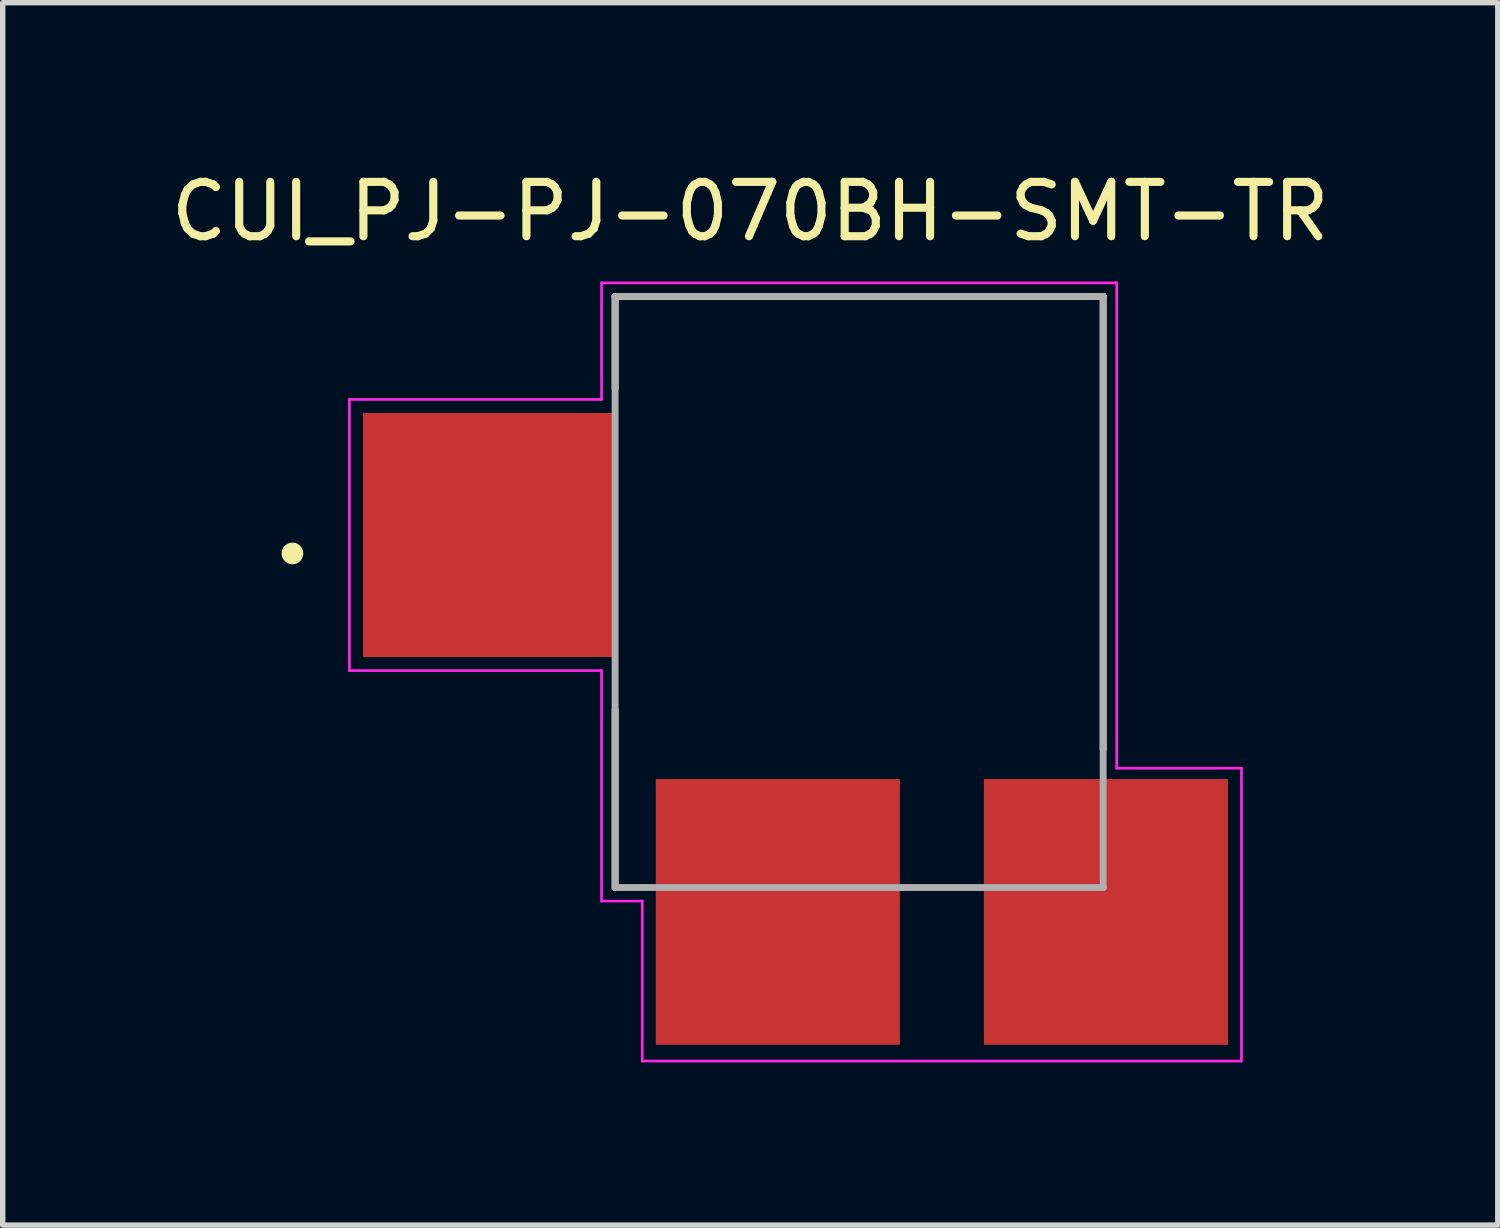
<source format=kicad_pcb>
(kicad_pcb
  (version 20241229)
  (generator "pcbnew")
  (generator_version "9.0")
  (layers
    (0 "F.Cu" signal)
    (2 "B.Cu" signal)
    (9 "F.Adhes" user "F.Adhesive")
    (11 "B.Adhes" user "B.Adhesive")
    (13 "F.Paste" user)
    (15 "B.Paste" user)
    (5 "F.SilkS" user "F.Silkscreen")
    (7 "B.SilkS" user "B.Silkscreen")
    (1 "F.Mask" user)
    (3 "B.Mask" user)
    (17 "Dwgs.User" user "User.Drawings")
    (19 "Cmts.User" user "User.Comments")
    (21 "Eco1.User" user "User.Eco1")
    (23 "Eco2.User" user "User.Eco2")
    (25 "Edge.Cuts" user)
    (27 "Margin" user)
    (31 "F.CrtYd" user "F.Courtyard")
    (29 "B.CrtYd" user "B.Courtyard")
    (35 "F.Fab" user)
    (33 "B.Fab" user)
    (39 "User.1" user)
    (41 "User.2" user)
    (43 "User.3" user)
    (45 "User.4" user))
  (footprint "CUI_PJ-PJ-070BH-SMT-TR"
    (layer "F.Cu")
    (at 12.793 7.866)
    (property "Reference" "CUI_PJ-PJ-070BH-SMT-TR" (at -2.008 -7.016 0) (layer "F.SilkS") (effects (font (size 1.002 1.002) (thickness 0.15))))
    (attr through_hole)
    (fp_line (start -4.5 -5.45) (end -4.5 -3.75) (stroke (width 0.127) (type solid)) (layer "F.SilkS"))
    (fp_line (start -4.5 2.17) (end -4.5 5.45) (stroke (width 0.127) (type solid)) (layer "F.SilkS"))
    (fp_line (start 4.5 -5.45) (end -4.5 -5.45) (stroke (width 0.127) (type solid)) (layer "F.SilkS"))
    (fp_line (start 4.5 2.91) (end 4.5 -5.45) (stroke (width 0.127) (type solid)) (layer "F.SilkS"))
    (fp_circle (center -10.45 -0.71) (end -10.35 -0.71) (stroke (width 0.2) (type solid)) (fill no) (layer "F.SilkS"))
    (fp_line (start -9.4 -3.55) (end -4.75 -3.55) (stroke (width 0.05) (type solid)) (layer "F.CrtYd"))
    (fp_line (start -9.4 1.45) (end -9.4 -3.55) (stroke (width 0.05) (type solid)) (layer "F.CrtYd"))
    (fp_line (start -4.75 -5.7) (end 4.75 -5.7) (stroke (width 0.05) (type solid)) (layer "F.CrtYd"))
    (fp_line (start -4.75 -3.55) (end -4.75 -5.7) (stroke (width 0.05) (type solid)) (layer "F.CrtYd"))
    (fp_line (start -4.75 1.45) (end -9.4 1.45) (stroke (width 0.05) (type solid)) (layer "F.CrtYd"))
    (fp_line (start -4.75 5.7) (end -4.75 1.45) (stroke (width 0.05) (type solid)) (layer "F.CrtYd"))
    (fp_line (start -4 5.7) (end -4.75 5.7) (stroke (width 0.05) (type solid)) (layer "F.CrtYd"))
    (fp_line (start -4 8.65) (end -4 5.7) (stroke (width 0.05) (type solid)) (layer "F.CrtYd"))
    (fp_line (start 4.75 -5.7) (end 4.75 3.25) (stroke (width 0.05) (type solid)) (layer "F.CrtYd"))
    (fp_line (start 4.75 3.25) (end 7.05 3.25) (stroke (width 0.05) (type solid)) (layer "F.CrtYd"))
    (fp_line (start 7.05 3.25) (end 7.05 8.65) (stroke (width 0.05) (type solid)) (layer "F.CrtYd"))
    (fp_line (start 7.05 8.65) (end -4 8.65) (stroke (width 0.05) (type solid)) (layer "F.CrtYd"))
    (fp_line (start -4.5 -5.45) (end -4.5 5.45) (stroke (width 0.127) (type solid)) (layer "F.Fab"))
    (fp_line (start -4.5 5.45) (end 4.5 5.45) (stroke (width 0.127) (type solid)) (layer "F.Fab"))
    (fp_line (start 4.5 -5.45) (end -4.5 -5.45) (stroke (width 0.127) (type solid)) (layer "F.Fab"))
    (fp_line (start 4.5 5.45) (end 4.5 -5.45) (stroke (width 0.127) (type solid)) (layer "F.Fab"))
    (pad "1" smd rect (at -6.8 -1.05) (size 4.7 4.5) (layers "F.Cu" "F.Mask" "F.Paste"))
    (pad "2" smd rect (at -1.5 5.9) (size 4.5 4.9) (layers "F.Cu" "F.Mask" "F.Paste"))
    (pad "3" smd rect (at 4.55 5.9) (size 4.5 4.9) (layers "F.Cu" "F.Mask" "F.Paste")))
  (gr_rect
    (start -3 -3)
    (end 24.57 19.541)
    (stroke (width 0.1) (type default))
    (fill no)
    (layer "Edge.Cuts")))
</source>
